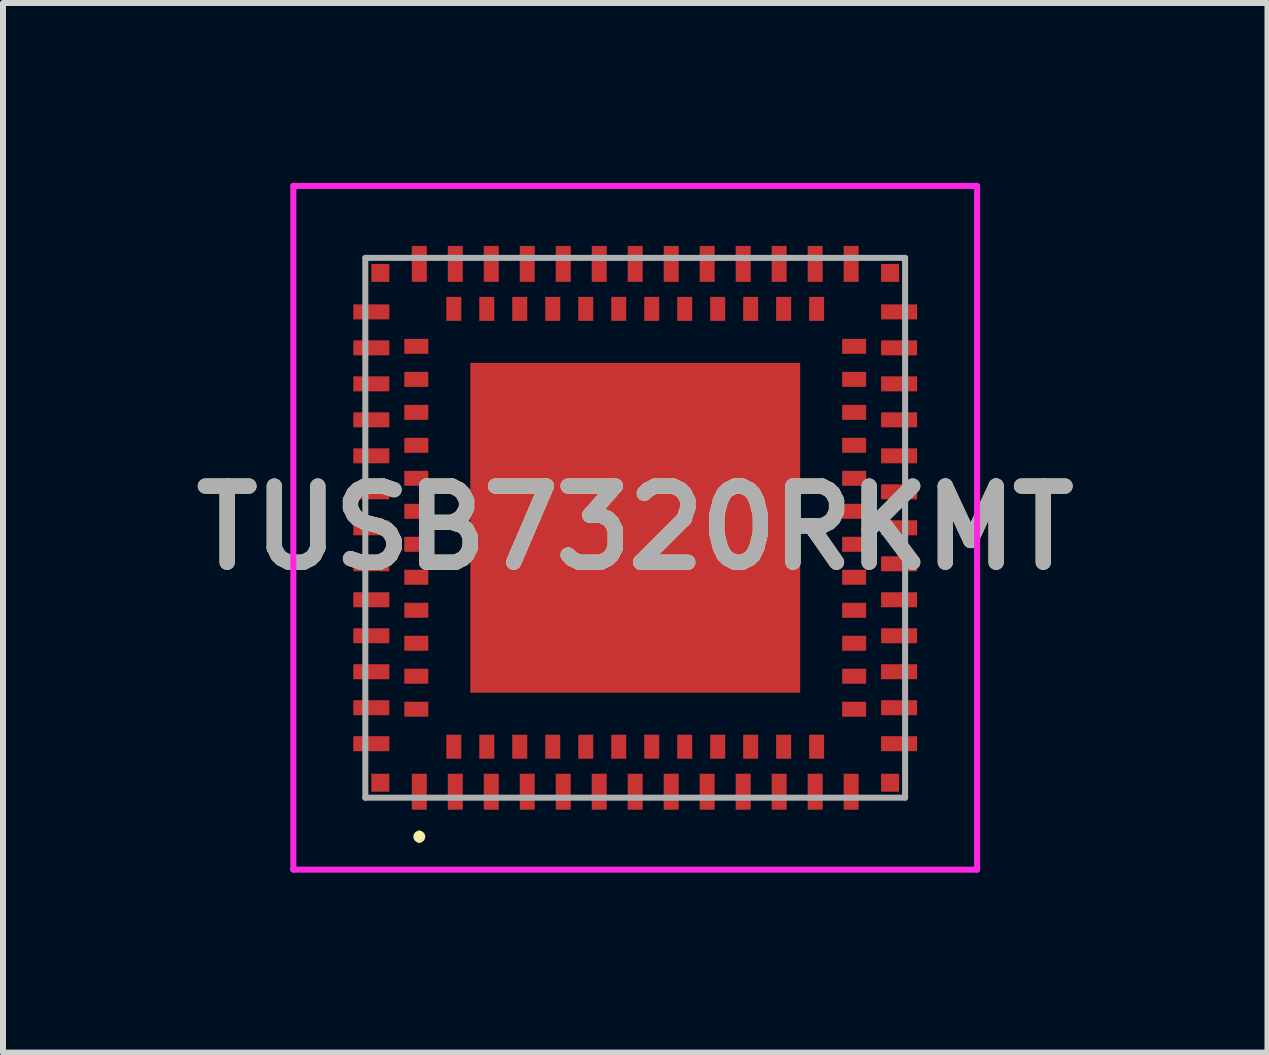
<source format=kicad_pcb>
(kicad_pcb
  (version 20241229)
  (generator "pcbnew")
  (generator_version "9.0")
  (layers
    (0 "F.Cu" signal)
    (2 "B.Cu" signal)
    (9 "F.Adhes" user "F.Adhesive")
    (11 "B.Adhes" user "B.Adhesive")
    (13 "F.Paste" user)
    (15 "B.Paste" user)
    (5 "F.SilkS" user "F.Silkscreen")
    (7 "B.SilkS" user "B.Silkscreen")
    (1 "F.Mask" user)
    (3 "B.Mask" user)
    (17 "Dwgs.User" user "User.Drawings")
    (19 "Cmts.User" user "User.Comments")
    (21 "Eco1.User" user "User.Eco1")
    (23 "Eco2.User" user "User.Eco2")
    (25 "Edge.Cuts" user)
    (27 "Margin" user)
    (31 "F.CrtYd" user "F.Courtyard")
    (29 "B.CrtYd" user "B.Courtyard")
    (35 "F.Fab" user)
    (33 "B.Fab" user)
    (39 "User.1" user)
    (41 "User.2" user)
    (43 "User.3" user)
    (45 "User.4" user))
  (footprint "TUSB7320RKMT"
    (layer "F.Cu")
    (at 7.541 5.75)
    (property "Reference" "TUSB7320RKMT" (at 0 0 0) (layer "F.SilkS") (effects (font (size 1.27 1.27) (thickness 0.254))))
    (attr smd)
    (fp_line (start -3.6 5.1) (end -3.6 5.1) (stroke (width 0.1) (type solid)) (layer "F.SilkS"))
    (fp_line (start -3.6 5.2) (end -3.6 5.2) (stroke (width 0.1) (type solid)) (layer "F.SilkS"))
    (fp_arc (start -3.6 5.1) (mid -3.55 5.15) (end -3.6 5.2) (stroke (width 0.1) (type solid)) (layer "F.SilkS"))
    (fp_arc (start -3.6 5.2) (mid -3.65 5.15) (end -3.6 5.1) (stroke (width 0.1) (type solid)) (layer "F.SilkS"))
    (fp_line (start -5.7 -5.7) (end 5.7 -5.7) (stroke (width 0.1) (type solid)) (layer "F.CrtYd"))
    (fp_line (start -5.7 5.7) (end -5.7 -5.7) (stroke (width 0.1) (type solid)) (layer "F.CrtYd"))
    (fp_line (start 5.7 -5.7) (end 5.7 5.7) (stroke (width 0.1) (type solid)) (layer "F.CrtYd"))
    (fp_line (start 5.7 5.7) (end -5.7 5.7) (stroke (width 0.1) (type solid)) (layer "F.CrtYd"))
    (fp_line (start -4.5 -4.5) (end 4.5 -4.5) (stroke (width 0.1) (type solid)) (layer "F.Fab"))
    (fp_line (start -4.5 4.5) (end -4.5 -4.5) (stroke (width 0.1) (type solid)) (layer "F.Fab"))
    (fp_line (start 4.5 -4.5) (end 4.5 4.5) (stroke (width 0.1) (type solid)) (layer "F.Fab"))
    (fp_line (start 4.5 4.5) (end -4.5 4.5) (stroke (width 0.1) (type solid)) (layer "F.Fab"))
    (fp_text user "${REFERENCE}" (at 0 0 0) (layer "F.Fab") (effects (font (size 1.27 1.27) (thickness 0.254))))
    (pad "1" smd rect (at 0 0) (size 5.5 5.5) (layers "F.Cu" "F.Mask" "F.Paste"))
    (pad "A1" smd rect (at -3.6 4.4) (size 0.25 0.6) (layers "F.Cu" "F.Mask" "F.Paste"))
    (pad "A2" smd rect (at -3 4.4) (size 0.25 0.6) (layers "F.Cu" "F.Mask" "F.Paste"))
    (pad "A3" smd rect (at -2.4 4.4) (size 0.25 0.6) (layers "F.Cu" "F.Mask" "F.Paste"))
    (pad "A4" smd rect (at -1.8 4.4) (size 0.25 0.6) (layers "F.Cu" "F.Mask" "F.Paste"))
    (pad "A5" smd rect (at -1.2 4.4) (size 0.25 0.6) (layers "F.Cu" "F.Mask" "F.Paste"))
    (pad "A6" smd rect (at -0.6 4.4) (size 0.25 0.6) (layers "F.Cu" "F.Mask" "F.Paste"))
    (pad "A7" smd rect (at 0 4.4) (size 0.25 0.6) (layers "F.Cu" "F.Mask" "F.Paste"))
    (pad "A8" smd rect (at 0.6 4.4) (size 0.25 0.6) (layers "F.Cu" "F.Mask" "F.Paste"))
    (pad "A9" smd rect (at 1.2 4.4) (size 0.25 0.6) (layers "F.Cu" "F.Mask" "F.Paste"))
    (pad "A10" smd rect (at 1.8 4.4) (size 0.25 0.6) (layers "F.Cu" "F.Mask" "F.Paste"))
    (pad "A11" smd rect (at 2.4 4.4) (size 0.25 0.6) (layers "F.Cu" "F.Mask" "F.Paste"))
    (pad "A12" smd rect (at 3 4.4) (size 0.25 0.6) (layers "F.Cu" "F.Mask" "F.Paste"))
    (pad "A13" smd rect (at 3.6 4.4) (size 0.25 0.6) (layers "F.Cu" "F.Mask" "F.Paste"))
    (pad "A14" smd rect (at 4.4 3.6 90) (size 0.25 0.6) (layers "F.Cu" "F.Mask" "F.Paste"))
    (pad "A15" smd rect (at 4.4 3 90) (size 0.25 0.6) (layers "F.Cu" "F.Mask" "F.Paste"))
    (pad "A16" smd rect (at 4.4 2.4 90) (size 0.25 0.6) (layers "F.Cu" "F.Mask" "F.Paste"))
    (pad "A17" smd rect (at 4.4 1.8 90) (size 0.25 0.6) (layers "F.Cu" "F.Mask" "F.Paste"))
    (pad "A18" smd rect (at 4.4 1.2 90) (size 0.25 0.6) (layers "F.Cu" "F.Mask" "F.Paste"))
    (pad "A19" smd rect (at 4.4 0.6 90) (size 0.25 0.6) (layers "F.Cu" "F.Mask" "F.Paste"))
    (pad "A20" smd rect (at 4.4 0 90) (size 0.25 0.6) (layers "F.Cu" "F.Mask" "F.Paste"))
    (pad "A21" smd rect (at 4.4 -0.6 90) (size 0.25 0.6) (layers "F.Cu" "F.Mask" "F.Paste"))
    (pad "A22" smd rect (at 4.4 -1.2 90) (size 0.25 0.6) (layers "F.Cu" "F.Mask" "F.Paste"))
    (pad "A23" smd rect (at 4.4 -1.8 90) (size 0.25 0.6) (layers "F.Cu" "F.Mask" "F.Paste"))
    (pad "A24" smd rect (at 4.4 -2.4 90) (size 0.25 0.6) (layers "F.Cu" "F.Mask" "F.Paste"))
    (pad "A25" smd rect (at 4.4 -3 90) (size 0.25 0.6) (layers "F.Cu" "F.Mask" "F.Paste"))
    (pad "A26" smd rect (at 4.4 -3.6 90) (size 0.25 0.6) (layers "F.Cu" "F.Mask" "F.Paste"))
    (pad "A27" smd rect (at 3.6 -4.4) (size 0.25 0.6) (layers "F.Cu" "F.Mask" "F.Paste"))
    (pad "A28" smd rect (at 3 -4.4) (size 0.25 0.6) (layers "F.Cu" "F.Mask" "F.Paste"))
    (pad "A29" smd rect (at 2.4 -4.4) (size 0.25 0.6) (layers "F.Cu" "F.Mask" "F.Paste"))
    (pad "A30" smd rect (at 1.8 -4.4) (size 0.25 0.6) (layers "F.Cu" "F.Mask" "F.Paste"))
    (pad "A31" smd rect (at 1.2 -4.4) (size 0.25 0.6) (layers "F.Cu" "F.Mask" "F.Paste"))
    (pad "A32" smd rect (at 0.6 -4.4) (size 0.25 0.6) (layers "F.Cu" "F.Mask" "F.Paste"))
    (pad "A33" smd rect (at 0 -4.4) (size 0.25 0.6) (layers "F.Cu" "F.Mask" "F.Paste"))
    (pad "A34" smd rect (at -0.6 -4.4) (size 0.25 0.6) (layers "F.Cu" "F.Mask" "F.Paste"))
    (pad "A35" smd rect (at -1.2 -4.4) (size 0.25 0.6) (layers "F.Cu" "F.Mask" "F.Paste"))
    (pad "A36" smd rect (at -1.8 -4.4) (size 0.25 0.6) (layers "F.Cu" "F.Mask" "F.Paste"))
    (pad "A37" smd rect (at -2.4 -4.4) (size 0.25 0.6) (layers "F.Cu" "F.Mask" "F.Paste"))
    (pad "A38" smd rect (at -3 -4.4) (size 0.25 0.6) (layers "F.Cu" "F.Mask" "F.Paste"))
    (pad "A39" smd rect (at -3.6 -4.4) (size 0.25 0.6) (layers "F.Cu" "F.Mask" "F.Paste"))
    (pad "A40" smd rect (at -4.4 -3.6 90) (size 0.25 0.6) (layers "F.Cu" "F.Mask" "F.Paste"))
    (pad "A41" smd rect (at -4.4 -3 90) (size 0.25 0.6) (layers "F.Cu" "F.Mask" "F.Paste"))
    (pad "A42" smd rect (at -4.4 -2.4 90) (size 0.25 0.6) (layers "F.Cu" "F.Mask" "F.Paste"))
    (pad "A43" smd rect (at -4.4 -1.8 90) (size 0.25 0.6) (layers "F.Cu" "F.Mask" "F.Paste"))
    (pad "A44" smd rect (at -4.4 -1.2 90) (size 0.25 0.6) (layers "F.Cu" "F.Mask" "F.Paste"))
    (pad "A45" smd rect (at -4.4 -0.6 90) (size 0.25 0.6) (layers "F.Cu" "F.Mask" "F.Paste"))
    (pad "A46" smd rect (at -4.4 0 90) (size 0.25 0.6) (layers "F.Cu" "F.Mask" "F.Paste"))
    (pad "A47" smd rect (at -4.4 0.6 90) (size 0.25 0.6) (layers "F.Cu" "F.Mask" "F.Paste"))
    (pad "A48" smd rect (at -4.4 1.2 90) (size 0.25 0.6) (layers "F.Cu" "F.Mask" "F.Paste"))
    (pad "A49" smd rect (at -4.4 1.8 90) (size 0.25 0.6) (layers "F.Cu" "F.Mask" "F.Paste"))
    (pad "A50" smd rect (at -4.4 2.4 90) (size 0.25 0.6) (layers "F.Cu" "F.Mask" "F.Paste"))
    (pad "A51" smd rect (at -4.4 3 90) (size 0.25 0.6) (layers "F.Cu" "F.Mask" "F.Paste"))
    (pad "A52" smd rect (at -4.4 3.6 90) (size 0.25 0.6) (layers "F.Cu" "F.Mask" "F.Paste"))
    (pad "B1" smd rect (at -3.025 3.65) (size 0.25 0.4) (layers "F.Cu" "F.Mask" "F.Paste"))
    (pad "B2" smd rect (at -2.475 3.65) (size 0.25 0.4) (layers "F.Cu" "F.Mask" "F.Paste"))
    (pad "B3" smd rect (at -1.925 3.65) (size 0.25 0.4) (layers "F.Cu" "F.Mask" "F.Paste"))
    (pad "B4" smd rect (at -1.375 3.65) (size 0.25 0.4) (layers "F.Cu" "F.Mask" "F.Paste"))
    (pad "B5" smd rect (at -0.825 3.65) (size 0.25 0.4) (layers "F.Cu" "F.Mask" "F.Paste"))
    (pad "B6" smd rect (at -0.275 3.65) (size 0.25 0.4) (layers "F.Cu" "F.Mask" "F.Paste"))
    (pad "B7" smd rect (at 0.275 3.65) (size 0.25 0.4) (layers "F.Cu" "F.Mask" "F.Paste"))
    (pad "B8" smd rect (at 0.825 3.65) (size 0.25 0.4) (layers "F.Cu" "F.Mask" "F.Paste"))
    (pad "B9" smd rect (at 1.375 3.65) (size 0.25 0.4) (layers "F.Cu" "F.Mask" "F.Paste"))
    (pad "B10" smd rect (at 1.925 3.65) (size 0.25 0.4) (layers "F.Cu" "F.Mask" "F.Paste"))
    (pad "B11" smd rect (at 2.475 3.65) (size 0.25 0.4) (layers "F.Cu" "F.Mask" "F.Paste"))
    (pad "B12" smd rect (at 3.025 3.65) (size 0.25 0.4) (layers "F.Cu" "F.Mask" "F.Paste"))
    (pad "B13" smd rect (at 3.65 3.025 90) (size 0.25 0.4) (layers "F.Cu" "F.Mask" "F.Paste"))
    (pad "B14" smd rect (at 3.65 2.475 90) (size 0.25 0.4) (layers "F.Cu" "F.Mask" "F.Paste"))
    (pad "B15" smd rect (at 3.65 1.925 90) (size 0.25 0.4) (layers "F.Cu" "F.Mask" "F.Paste"))
    (pad "B16" smd rect (at 3.65 1.375 90) (size 0.25 0.4) (layers "F.Cu" "F.Mask" "F.Paste"))
    (pad "B17" smd rect (at 3.65 0.825 90) (size 0.25 0.4) (layers "F.Cu" "F.Mask" "F.Paste"))
    (pad "B18" smd rect (at 3.65 0.275 90) (size 0.25 0.4) (layers "F.Cu" "F.Mask" "F.Paste"))
    (pad "B19" smd rect (at 3.65 -0.275 90) (size 0.25 0.4) (layers "F.Cu" "F.Mask" "F.Paste"))
    (pad "B20" smd rect (at 3.65 -0.825 90) (size 0.25 0.4) (layers "F.Cu" "F.Mask" "F.Paste"))
    (pad "B21" smd rect (at 3.65 -1.375 90) (size 0.25 0.4) (layers "F.Cu" "F.Mask" "F.Paste"))
    (pad "B22" smd rect (at 3.65 -1.925 90) (size 0.25 0.4) (layers "F.Cu" "F.Mask" "F.Paste"))
    (pad "B23" smd rect (at 3.65 -2.475 90) (size 0.25 0.4) (layers "F.Cu" "F.Mask" "F.Paste"))
    (pad "B24" smd rect (at 3.65 -3.025 90) (size 0.25 0.4) (layers "F.Cu" "F.Mask" "F.Paste"))
    (pad "B25" smd rect (at 3.025 -3.65) (size 0.25 0.4) (layers "F.Cu" "F.Mask" "F.Paste"))
    (pad "B26" smd rect (at 2.475 -3.65) (size 0.25 0.4) (layers "F.Cu" "F.Mask" "F.Paste"))
    (pad "B27" smd rect (at 1.925 -3.65) (size 0.25 0.4) (layers "F.Cu" "F.Mask" "F.Paste"))
    (pad "B28" smd rect (at 1.375 -3.65) (size 0.25 0.4) (layers "F.Cu" "F.Mask" "F.Paste"))
    (pad "B29" smd rect (at 0.825 -3.65) (size 0.25 0.4) (layers "F.Cu" "F.Mask" "F.Paste"))
    (pad "B30" smd rect (at 0.275 -3.65) (size 0.25 0.4) (layers "F.Cu" "F.Mask" "F.Paste"))
    (pad "B31" smd rect (at -0.275 -3.65) (size 0.25 0.4) (layers "F.Cu" "F.Mask" "F.Paste"))
    (pad "B32" smd rect (at -0.825 -3.65) (size 0.25 0.4) (layers "F.Cu" "F.Mask" "F.Paste"))
    (pad "B33" smd rect (at -1.375 -3.65) (size 0.25 0.4) (layers "F.Cu" "F.Mask" "F.Paste"))
    (pad "B34" smd rect (at -1.925 -3.65) (size 0.25 0.4) (layers "F.Cu" "F.Mask" "F.Paste"))
    (pad "B35" smd rect (at -2.475 -3.65) (size 0.25 0.4) (layers "F.Cu" "F.Mask" "F.Paste"))
    (pad "B36" smd rect (at -3.025 -3.65) (size 0.25 0.4) (layers "F.Cu" "F.Mask" "F.Paste"))
    (pad "B37" smd rect (at -3.65 -3.025 90) (size 0.25 0.4) (layers "F.Cu" "F.Mask" "F.Paste"))
    (pad "B38" smd rect (at -3.65 -2.475 90) (size 0.25 0.4) (layers "F.Cu" "F.Mask" "F.Paste"))
    (pad "B39" smd rect (at -3.65 -1.925 90) (size 0.25 0.4) (layers "F.Cu" "F.Mask" "F.Paste"))
    (pad "B40" smd rect (at -3.65 -1.375 90) (size 0.25 0.4) (layers "F.Cu" "F.Mask" "F.Paste"))
    (pad "B41" smd rect (at -3.65 -0.825 90) (size 0.25 0.4) (layers "F.Cu" "F.Mask" "F.Paste"))
    (pad "B42" smd rect (at -3.65 -0.275 90) (size 0.25 0.4) (layers "F.Cu" "F.Mask" "F.Paste"))
    (pad "B43" smd rect (at -3.65 0.275 90) (size 0.25 0.4) (layers "F.Cu" "F.Mask" "F.Paste"))
    (pad "B44" smd rect (at -3.65 0.825 90) (size 0.25 0.4) (layers "F.Cu" "F.Mask" "F.Paste"))
    (pad "B45" smd rect (at -3.65 1.375 90) (size 0.25 0.4) (layers "F.Cu" "F.Mask" "F.Paste"))
    (pad "B46" smd rect (at -3.65 1.925 90) (size 0.25 0.4) (layers "F.Cu" "F.Mask" "F.Paste"))
    (pad "B47" smd rect (at -3.65 2.475 90) (size 0.25 0.4) (layers "F.Cu" "F.Mask" "F.Paste"))
    (pad "B48" smd rect (at -3.65 3.025 90) (size 0.25 0.4) (layers "F.Cu" "F.Mask" "F.Paste"))
    (pad "C1" smd rect (at -4.25 4.25) (size 0.3 0.3) (layers "F.Cu" "F.Mask" "F.Paste"))
    (pad "C2" smd rect (at 4.25 4.25) (size 0.3 0.3) (layers "F.Cu" "F.Mask" "F.Paste"))
    (pad "C3" smd rect (at 4.25 -4.25) (size 0.3 0.3) (layers "F.Cu" "F.Mask" "F.Paste"))
    (pad "C4" smd rect (at -4.25 -4.25) (size 0.3 0.3) (layers "F.Cu" "F.Mask" "F.Paste")))
  (gr_rect
    (start -3 -3)
    (end 18.083 14.5)
    (stroke (width 0.1) (type default))
    (fill no)
    (layer "Edge.Cuts")))
</source>
